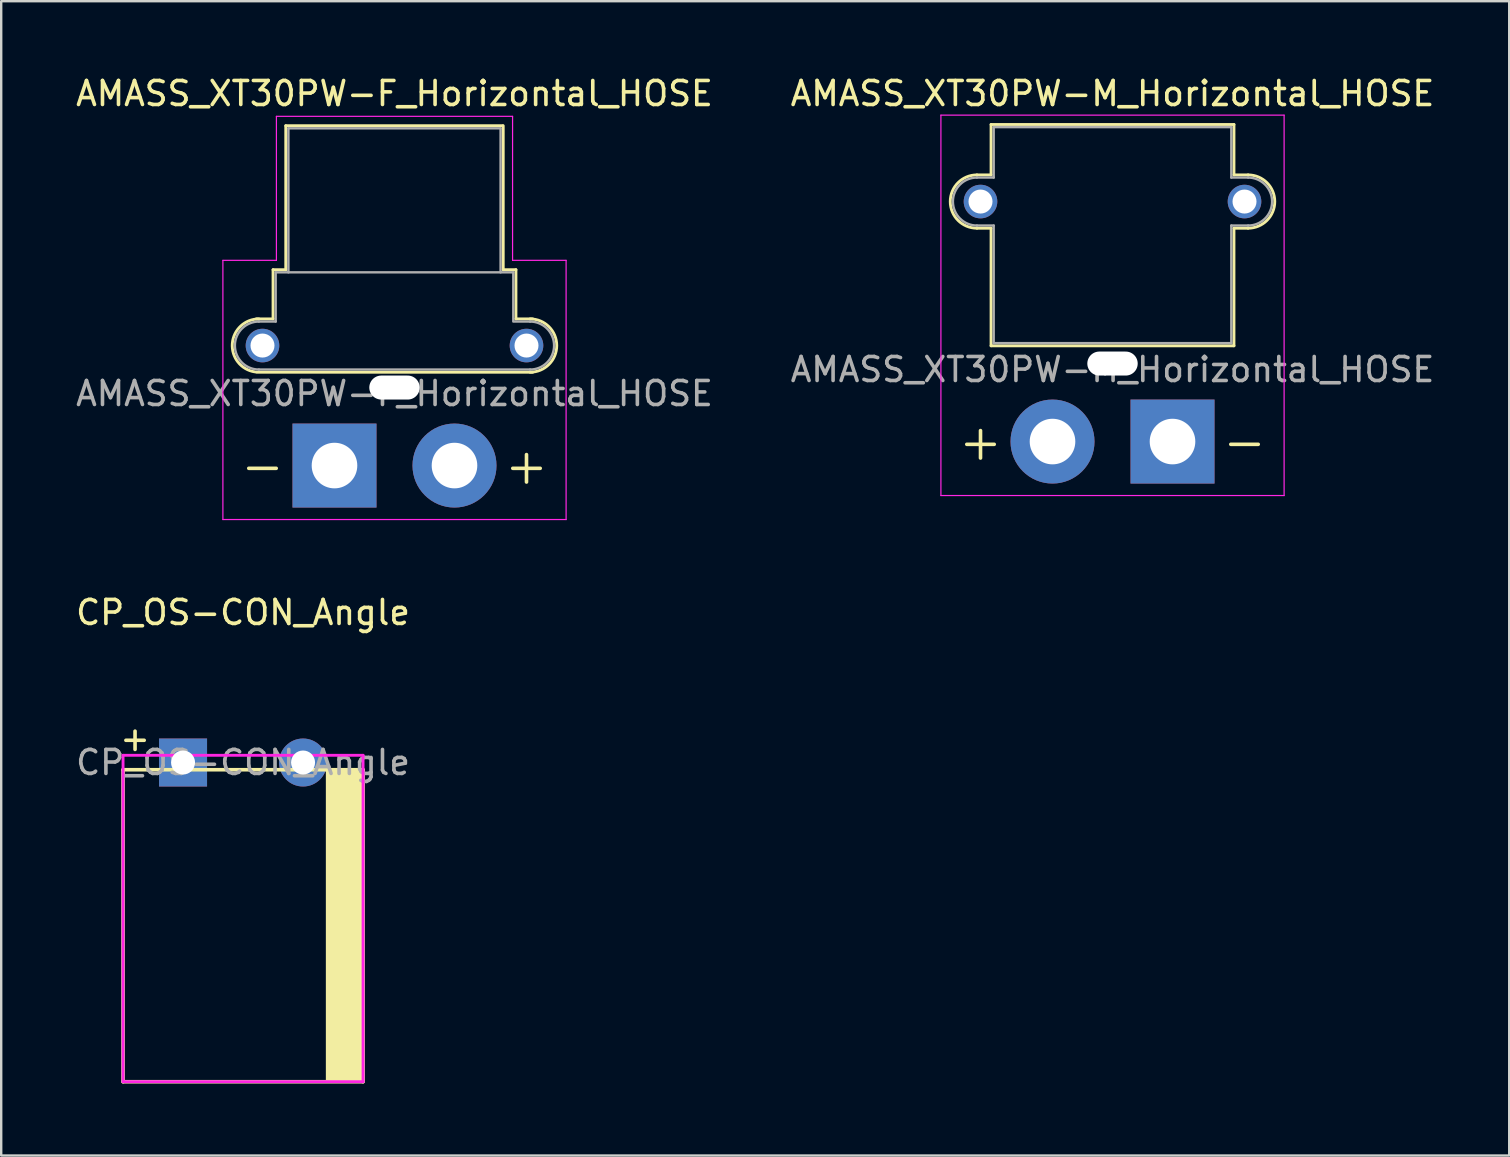
<source format=kicad_pcb>
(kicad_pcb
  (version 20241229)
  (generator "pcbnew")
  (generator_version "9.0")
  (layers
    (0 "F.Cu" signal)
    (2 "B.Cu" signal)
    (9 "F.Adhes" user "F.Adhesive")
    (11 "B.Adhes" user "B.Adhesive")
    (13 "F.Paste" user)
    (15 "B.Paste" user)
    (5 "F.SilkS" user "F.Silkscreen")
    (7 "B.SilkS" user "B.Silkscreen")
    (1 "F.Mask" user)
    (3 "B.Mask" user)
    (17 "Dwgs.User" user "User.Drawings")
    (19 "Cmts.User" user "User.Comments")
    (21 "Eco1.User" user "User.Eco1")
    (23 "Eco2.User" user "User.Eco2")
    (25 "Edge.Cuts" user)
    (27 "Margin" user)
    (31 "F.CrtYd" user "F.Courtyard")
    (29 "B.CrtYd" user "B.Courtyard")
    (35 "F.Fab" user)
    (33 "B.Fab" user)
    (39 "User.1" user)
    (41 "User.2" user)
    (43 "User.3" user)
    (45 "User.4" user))
  (footprint "AMASS_XT30PW-F_Horizontal_HOSE"
    (layer "F.Cu")
    (at 10.887 16.348)
    (property "Reference" "AMASS_XT30PW-F_Horizontal_HOSE" (at 2.5 -15.5 0) (layer "F.SilkS") (effects (font (size 1 1) (thickness 0.15))))
    (attr through_hole)
    (fp_line (start -3.26 -6.11) (end -2.56 -6.11) (stroke (width 0.12) (type solid)) (layer "F.SilkS"))
    (fp_line (start -3.26 -3.89) (end 8.26 -3.89) (stroke (width 0.12) (type solid)) (layer "F.SilkS"))
    (fp_line (start -2.56 -8.16) (end -2.56 -6.11) (stroke (width 0.12) (type solid)) (layer "F.SilkS"))
    (fp_line (start -2.56 -8.16) (end -2.03 -8.16) (stroke (width 0.12) (type solid)) (layer "F.SilkS"))
    (fp_line (start -2.03 -14.16) (end -2.03 -8.16) (stroke (width 0.12) (type solid)) (layer "F.SilkS"))
    (fp_line (start -2.03 -14.16) (end 7 -14.16) (stroke (width 0.12) (type solid)) (layer "F.SilkS"))
    (fp_line (start 7.03 -14.16) (end 7.03 -8.16) (stroke (width 0.12) (type solid)) (layer "F.SilkS"))
    (fp_line (start 7.03 -8.16) (end 7.56 -8.16) (stroke (width 0.12) (type solid)) (layer "F.SilkS"))
    (fp_line (start 7.56 -8.16) (end 7.56 -6.11) (stroke (width 0.12) (type solid)) (layer "F.SilkS"))
    (fp_line (start 7.56 -6.11) (end 8.26 -6.11) (stroke (width 0.12) (type solid)) (layer "F.SilkS"))
    (fp_arc (start -3.321729 -3.903365) (mid -4.256653 -5.086124) (end -3.15 -6.11) (stroke (width 0.12) (type solid)) (layer "F.SilkS"))
    (fp_arc (start 8.15 -6.11) (mid 9.26 -5) (end 8.15 -3.89) (stroke (width 0.12) (type solid)) (layer "F.SilkS"))
    (fp_line (start -4.65 -8.55) (end -4.65 2.25) (stroke (width 0.05) (type solid)) (layer "F.CrtYd"))
    (fp_line (start -4.65 -8.55) (end -2.42 -8.55) (stroke (width 0.05) (type solid)) (layer "F.CrtYd"))
    (fp_line (start -4.65 2.25) (end 9.65 2.25) (stroke (width 0.05) (type solid)) (layer "F.CrtYd"))
    (fp_line (start -2.42 -14.55) (end -2.42 -8.55) (stroke (width 0.05) (type solid)) (layer "F.CrtYd"))
    (fp_line (start -2.42 -14.55) (end 7.42 -14.55) (stroke (width 0.05) (type solid)) (layer "F.CrtYd"))
    (fp_line (start 7.42 -14.55) (end 7.42 -8.55) (stroke (width 0.05) (type solid)) (layer "F.CrtYd"))
    (fp_line (start 7.42 -8.55) (end 9.65 -8.55) (stroke (width 0.05) (type solid)) (layer "F.CrtYd"))
    (fp_line (start 9.65 -8.55) (end 9.65 2.25) (stroke (width 0.05) (type solid)) (layer "F.CrtYd"))
    (fp_line (start -3.15 -6) (end -2.45 -6) (stroke (width 0.1) (type solid)) (layer "F.Fab"))
    (fp_line (start -3.15 -4) (end 8.15 -4) (stroke (width 0.1) (type solid)) (layer "F.Fab"))
    (fp_line (start -2.45 -8.05) (end -2.45 -6) (stroke (width 0.1) (type solid)) (layer "F.Fab"))
    (fp_line (start -2.45 -8.05) (end 7.45 -8.05) (stroke (width 0.1) (type solid)) (layer "F.Fab"))
    (fp_line (start -1.92 -14.05) (end -1.92 -8.05) (stroke (width 0.1) (type solid)) (layer "F.Fab"))
    (fp_line (start -1.92 -14.05) (end 6.92 -14.05) (stroke (width 0.1) (type solid)) (layer "F.Fab"))
    (fp_line (start 6.92 -14.05) (end 6.92 -8.05) (stroke (width 0.1) (type solid)) (layer "F.Fab"))
    (fp_line (start 7.45 -8.05) (end 7.45 -6.05) (stroke (width 0.1) (type solid)) (layer "F.Fab"))
    (fp_line (start 7.45 -6) (end 8.15 -6) (stroke (width 0.1) (type solid)) (layer "F.Fab"))
    (fp_arc (start -3.15 -4) (mid -4.15 -5) (end -3.15 -6) (stroke (width 0.1) (type solid)) (layer "F.Fab"))
    (fp_arc (start 8.15 -6) (mid 9.15 -5) (end 8.15 -4) (stroke (width 0.1) (type solid)) (layer "F.Fab"))
    (fp_text user "-" (at -3 0 0) (layer "F.SilkS") (effects (font (size 1.5 1.5) (thickness 0.15))))
    (fp_text user "+" (at 8 0 0) (layer "F.SilkS") (effects (font (size 1.5 1.5) (thickness 0.15))))
    (fp_text user "${REFERENCE}" (at 2.5 -3 0) (layer "F.Fab") (effects (font (size 1 1) (thickness 0.15))))
    (pad "" thru_hole circle (at -3 -5 90) (size 1.4 1.4) (drill 1) (layers "*.Cu" "*.Mask"))
    (pad "" np_thru_hole oval (at 2.5 -3.25) (size 2.1 1) (drill oval 2.1 1) (layers "*.Cu" "*.Mask"))
    (pad "" thru_hole circle (at 8 -5) (size 1.4 1.4) (drill 1) (layers "*.Cu" "*.Mask"))
    (pad "1" thru_hole rect (at 0 0) (size 3.5 3.5) (drill 1.9) (layers "*.Cu" "*.Mask"))
    (pad "2" thru_hole circle (at 5 0) (size 3.5 3.5) (drill 1.9) (layers "*.Cu" "*.Mask")))
  (footprint "AMASS_XT30PW-M_Horizontal_HOSE"
    (layer "F.Cu")
    (at 45.804 15.348)
    (property "Reference" "AMASS_XT30PW-M_Horizontal_HOSE" (at -2.5 -14.5 0) (layer "F.SilkS") (effects (font (size 1 1) (thickness 0.15))))
    (attr through_hole)
    (fp_line (start -8.15 -11.11) (end -7.56 -11.11) (stroke (width 0.12) (type solid)) (layer "F.SilkS"))
    (fp_line (start -8.15 -8.89) (end -7.56 -8.89) (stroke (width 0.12) (type solid)) (layer "F.SilkS"))
    (fp_line (start -7.56 -13.21) (end -7.56 -11.11) (stroke (width 0.12) (type solid)) (layer "F.SilkS"))
    (fp_line (start -7.56 -13.21) (end 2.56 -13.21) (stroke (width 0.12) (type solid)) (layer "F.SilkS"))
    (fp_line (start -7.56 -8.89) (end -7.56 -3.99) (stroke (width 0.12) (type solid)) (layer "F.SilkS"))
    (fp_line (start -7.56 -3.99) (end 2.56 -3.99) (stroke (width 0.12) (type solid)) (layer "F.SilkS"))
    (fp_line (start 2.56 -13.21) (end 2.56 -11.11) (stroke (width 0.12) (type solid)) (layer "F.SilkS"))
    (fp_line (start 2.56 -11.11) (end 3.15 -11.11) (stroke (width 0.12) (type solid)) (layer "F.SilkS"))
    (fp_line (start 2.56 -8.89) (end 2.56 -3.99) (stroke (width 0.12) (type solid)) (layer "F.SilkS"))
    (fp_line (start 2.56 -8.89) (end 3.15 -8.89) (stroke (width 0.12) (type solid)) (layer "F.SilkS"))
    (fp_arc (start -8.15 -8.89) (mid -9.26 -10) (end -8.15 -11.11) (stroke (width 0.12) (type solid)) (layer "F.SilkS"))
    (fp_arc (start 3.15 -11.11) (mid 4.26 -10) (end 3.15 -8.89) (stroke (width 0.12) (type solid)) (layer "F.SilkS"))
    (fp_line (start -9.65 -13.6) (end -9.65 2.25) (stroke (width 0.05) (type solid)) (layer "F.CrtYd"))
    (fp_line (start -9.65 -13.6) (end 4.65 -13.6) (stroke (width 0.05) (type solid)) (layer "F.CrtYd"))
    (fp_line (start -9.65 2.25) (end 4.65 2.25) (stroke (width 0.05) (type solid)) (layer "F.CrtYd"))
    (fp_line (start 4.65 -13.6) (end 4.65 2.25) (stroke (width 0.05) (type solid)) (layer "F.CrtYd"))
    (fp_line (start -8.15 -11) (end -7.45 -11) (stroke (width 0.1) (type solid)) (layer "F.Fab"))
    (fp_line (start -8.15 -9) (end -7.45 -9) (stroke (width 0.1) (type solid)) (layer "F.Fab"))
    (fp_line (start -7.45 -13.1) (end -7.45 -11) (stroke (width 0.1) (type solid)) (layer "F.Fab"))
    (fp_line (start -7.45 -13.1) (end 2.45 -13.1) (stroke (width 0.1) (type solid)) (layer "F.Fab"))
    (fp_line (start -7.45 -9) (end -7.45 -4.1) (stroke (width 0.1) (type solid)) (layer "F.Fab"))
    (fp_line (start -7.45 -4.1) (end 2.45 -4.1) (stroke (width 0.1) (type solid)) (layer "F.Fab"))
    (fp_line (start 2.45 -13.1) (end 2.45 -11) (stroke (width 0.1) (type solid)) (layer "F.Fab"))
    (fp_line (start 2.45 -11) (end 3.15 -11) (stroke (width 0.1) (type solid)) (layer "F.Fab"))
    (fp_line (start 2.45 -9) (end 2.45 -4.1) (stroke (width 0.1) (type solid)) (layer "F.Fab"))
    (fp_line (start 2.45 -9) (end 3.15 -9) (stroke (width 0.1) (type solid)) (layer "F.Fab"))
    (fp_arc (start -8.15 -9) (mid -9.15 -10) (end -8.15 -11) (stroke (width 0.1) (type solid)) (layer "F.Fab"))
    (fp_arc (start 3.15 -11) (mid 4.15 -10) (end 3.15 -9) (stroke (width 0.1) (type solid)) (layer "F.Fab"))
    (fp_text user "+" (at -8 0 0) (layer "F.SilkS") (effects (font (size 1.5 1.5) (thickness 0.15))))
    (fp_text user "-" (at 3 0 0) (layer "F.SilkS") (effects (font (size 1.5 1.5) (thickness 0.15))))
    (fp_text user "${REFERENCE}" (at -2.5 -3 0) (layer "F.Fab") (effects (font (size 1 1) (thickness 0.15))))
    (pad "" thru_hole circle (at -8 -10) (size 1.4 1.4) (drill 1) (layers "*.Cu" "*.Mask"))
    (pad "" np_thru_hole oval (at -2.5 -3.25 180) (size 2.1 1) (drill oval 2.1 1) (layers "*.Cu" "*.Mask"))
    (pad "" thru_hole circle (at 3 -10) (size 1.4 1.4) (drill 1) (layers "*.Cu" "*.Mask"))
    (pad "1" thru_hole rect (at 0 0) (size 3.5 3.5) (drill 1.9) (layers "*.Cu" "*.Mask"))
    (pad "2" thru_hole circle (at -5 0) (size 3.5 3.5) (drill 1.9) (layers "*.Cu" "*.Mask")))
  (footprint "CP_OS-CON_Angle"
    (layer "F.Cu")
    (at 4.577 28.721)
    (property "Reference" "CP_OS-CON_Angle" (at 2.5 -6.25 0) (layer "F.SilkS") (effects (font (size 1 1) (thickness 0.15))))
    (attr through_hole)
    (fp_line (start -2.5 0.3) (end 7.5 0.3) (stroke (width 0.15) (type solid)) (layer "F.SilkS"))
    (fp_line (start -2.5 13.3) (end -2.5 0.3) (stroke (width 0.15) (type solid)) (layer "F.SilkS"))
    (fp_line (start -2.5 13.3) (end 7.5 13.3) (stroke (width 0.15) (type solid)) (layer "F.SilkS"))
    (fp_line (start 7.5 0.3) (end 7.5 13.3) (stroke (width 0.15) (type solid)) (layer "F.SilkS"))
    (fp_poly (pts (xy 6 0.3) (xy 7.5 0.3) (xy 7.5 13.3) (xy 6 13.3)) (stroke (width 0.1) (type solid)) (fill yes) (layer "F.SilkS"))
    (fp_line (start -2.5 -0.3) (end -2.5 13.3) (stroke (width 0.12) (type solid)) (layer "F.CrtYd"))
    (fp_line (start -2.5 -0.3) (end 7.5 -0.3) (stroke (width 0.12) (type solid)) (layer "F.CrtYd"))
    (fp_line (start -2.5 13.3) (end 7.5 13.3) (stroke (width 0.12) (type solid)) (layer "F.CrtYd"))
    (fp_line (start 7.5 -0.3) (end 7.5 13.3) (stroke (width 0.12) (type solid)) (layer "F.CrtYd"))
    (fp_text user "+" (at -2 -1 0) (layer "F.SilkS") (effects (font (size 1 1) (thickness 0.15))))
    (fp_text user "${REFERENCE}" (at 2.5 0 0) (layer "F.Fab") (effects (font (size 1 1) (thickness 0.15))))
    (pad "1" thru_hole rect (at 0 0) (size 2 2) (drill 1) (layers "*.Cu" "*.Mask"))
    (pad "2" thru_hole circle (at 5 0) (size 2 2) (drill 1) (layers "*.Cu" "*.Mask")))
  (gr_rect
    (start -3 -3)
    (end 59.833 45.096)
    (stroke (width 0.1) (type default))
    (fill no)
    (layer "Edge.Cuts")))
</source>
